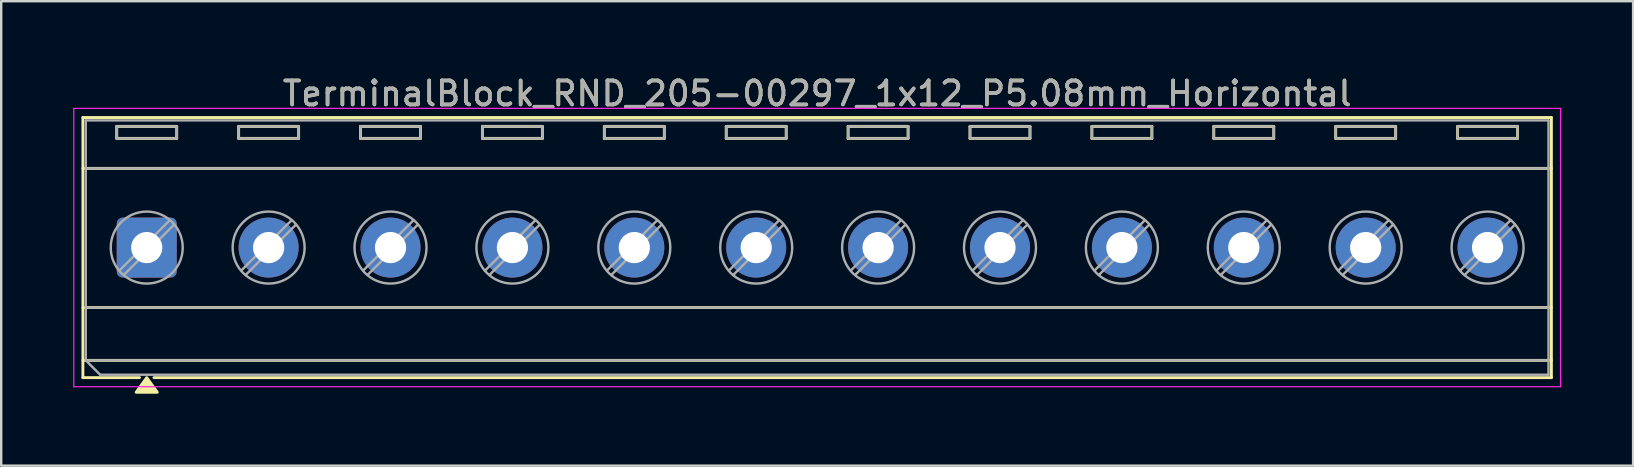
<source format=kicad_pcb>
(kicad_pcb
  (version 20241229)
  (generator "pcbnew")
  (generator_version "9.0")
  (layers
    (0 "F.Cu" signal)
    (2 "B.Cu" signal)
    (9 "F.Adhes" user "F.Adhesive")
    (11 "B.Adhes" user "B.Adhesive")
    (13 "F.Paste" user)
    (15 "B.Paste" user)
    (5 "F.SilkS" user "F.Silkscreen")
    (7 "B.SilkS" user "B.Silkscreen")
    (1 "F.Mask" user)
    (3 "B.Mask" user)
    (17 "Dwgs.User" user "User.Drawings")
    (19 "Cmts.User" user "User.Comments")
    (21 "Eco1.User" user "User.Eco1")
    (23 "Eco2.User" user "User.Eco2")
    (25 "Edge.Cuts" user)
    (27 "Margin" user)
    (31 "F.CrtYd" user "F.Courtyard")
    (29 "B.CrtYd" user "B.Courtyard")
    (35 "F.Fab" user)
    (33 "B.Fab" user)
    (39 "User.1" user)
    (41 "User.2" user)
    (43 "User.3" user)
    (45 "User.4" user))
  (footprint "TerminalBlock_RND_205-00297_1x12_P5.08mm_Horizontal"
    (layer "F.Cu")
    (at 3.065 7.268)
    (property "Reference" "TerminalBlock_RND_205-00297_1x12_P5.08mm_Horizontal" (at 27.94 -6.42 0) (layer "F.SilkS") (effects (font (size 1 1) (thickness 0.15))))
    (attr through_hole)
    (fp_line (start -2.66 -5.42) (end -2.66 5.42) (stroke (width 0.12) (type solid)) (layer "F.SilkS"))
    (fp_line (start -2.66 -5.42) (end 58.54 -5.42) (stroke (width 0.12) (type solid)) (layer "F.SilkS"))
    (fp_line (start -2.66 -3.3) (end 58.54 -3.3) (stroke (width 0.12) (type solid)) (layer "F.SilkS"))
    (fp_line (start -2.66 2.5) (end 58.54 2.5) (stroke (width 0.12) (type solid)) (layer "F.SilkS"))
    (fp_line (start -2.66 4.7) (end 58.54 4.7) (stroke (width 0.12) (type solid)) (layer "F.SilkS"))
    (fp_line (start -2.66 5.42) (end -0.3 5.42) (stroke (width 0.12) (type solid)) (layer "F.SilkS"))
    (fp_line (start -1.25 -5.05) (end -1.25 -4.55) (stroke (width 0.12) (type solid)) (layer "F.SilkS"))
    (fp_line (start -1.25 -5.05) (end 1.25 -5.05) (stroke (width 0.12) (type solid)) (layer "F.SilkS"))
    (fp_line (start -1.25 -4.55) (end 1.25 -4.55) (stroke (width 0.12) (type solid)) (layer "F.SilkS"))
    (fp_line (start 0.3 5.42) (end 58.54 5.42) (stroke (width 0.12) (type solid)) (layer "F.SilkS"))
    (fp_line (start 1.25 -5.05) (end 1.25 -4.55) (stroke (width 0.12) (type solid)) (layer "F.SilkS"))
    (fp_line (start 3.83 -5.05) (end 3.83 -4.55) (stroke (width 0.12) (type solid)) (layer "F.SilkS"))
    (fp_line (start 3.83 -5.05) (end 6.33 -5.05) (stroke (width 0.12) (type solid)) (layer "F.SilkS"))
    (fp_line (start 3.83 -4.55) (end 6.33 -4.55) (stroke (width 0.12) (type solid)) (layer "F.SilkS"))
    (fp_line (start 6.33 -5.05) (end 6.33 -4.55) (stroke (width 0.12) (type solid)) (layer "F.SilkS"))
    (fp_line (start 8.91 -5.05) (end 8.91 -4.55) (stroke (width 0.12) (type solid)) (layer "F.SilkS"))
    (fp_line (start 8.91 -5.05) (end 11.41 -5.05) (stroke (width 0.12) (type solid)) (layer "F.SilkS"))
    (fp_line (start 8.91 -4.55) (end 11.41 -4.55) (stroke (width 0.12) (type solid)) (layer "F.SilkS"))
    (fp_line (start 11.41 -5.05) (end 11.41 -4.55) (stroke (width 0.12) (type solid)) (layer "F.SilkS"))
    (fp_line (start 13.99 -5.05) (end 13.99 -4.55) (stroke (width 0.12) (type solid)) (layer "F.SilkS"))
    (fp_line (start 13.99 -5.05) (end 16.49 -5.05) (stroke (width 0.12) (type solid)) (layer "F.SilkS"))
    (fp_line (start 13.99 -4.55) (end 16.49 -4.55) (stroke (width 0.12) (type solid)) (layer "F.SilkS"))
    (fp_line (start 16.49 -5.05) (end 16.49 -4.55) (stroke (width 0.12) (type solid)) (layer "F.SilkS"))
    (fp_line (start 19.07 -5.05) (end 19.07 -4.55) (stroke (width 0.12) (type solid)) (layer "F.SilkS"))
    (fp_line (start 19.07 -5.05) (end 21.57 -5.05) (stroke (width 0.12) (type solid)) (layer "F.SilkS"))
    (fp_line (start 19.07 -4.55) (end 21.57 -4.55) (stroke (width 0.12) (type solid)) (layer "F.SilkS"))
    (fp_line (start 21.57 -5.05) (end 21.57 -4.55) (stroke (width 0.12) (type solid)) (layer "F.SilkS"))
    (fp_line (start 24.15 -5.05) (end 24.15 -4.55) (stroke (width 0.12) (type solid)) (layer "F.SilkS"))
    (fp_line (start 24.15 -5.05) (end 26.65 -5.05) (stroke (width 0.12) (type solid)) (layer "F.SilkS"))
    (fp_line (start 24.15 -4.55) (end 26.65 -4.55) (stroke (width 0.12) (type solid)) (layer "F.SilkS"))
    (fp_line (start 26.65 -5.05) (end 26.65 -4.55) (stroke (width 0.12) (type solid)) (layer "F.SilkS"))
    (fp_line (start 29.23 -5.05) (end 29.23 -4.55) (stroke (width 0.12) (type solid)) (layer "F.SilkS"))
    (fp_line (start 29.23 -5.05) (end 31.73 -5.05) (stroke (width 0.12) (type solid)) (layer "F.SilkS"))
    (fp_line (start 29.23 -4.55) (end 31.73 -4.55) (stroke (width 0.12) (type solid)) (layer "F.SilkS"))
    (fp_line (start 31.73 -5.05) (end 31.73 -4.55) (stroke (width 0.12) (type solid)) (layer "F.SilkS"))
    (fp_line (start 34.31 -5.05) (end 34.31 -4.55) (stroke (width 0.12) (type solid)) (layer "F.SilkS"))
    (fp_line (start 34.31 -5.05) (end 36.81 -5.05) (stroke (width 0.12) (type solid)) (layer "F.SilkS"))
    (fp_line (start 34.31 -4.55) (end 36.81 -4.55) (stroke (width 0.12) (type solid)) (layer "F.SilkS"))
    (fp_line (start 36.81 -5.05) (end 36.81 -4.55) (stroke (width 0.12) (type solid)) (layer "F.SilkS"))
    (fp_line (start 39.39 -5.05) (end 39.39 -4.55) (stroke (width 0.12) (type solid)) (layer "F.SilkS"))
    (fp_line (start 39.39 -5.05) (end 41.89 -5.05) (stroke (width 0.12) (type solid)) (layer "F.SilkS"))
    (fp_line (start 39.39 -4.55) (end 41.89 -4.55) (stroke (width 0.12) (type solid)) (layer "F.SilkS"))
    (fp_line (start 41.89 -5.05) (end 41.89 -4.55) (stroke (width 0.12) (type solid)) (layer "F.SilkS"))
    (fp_line (start 44.47 -5.05) (end 44.47 -4.55) (stroke (width 0.12) (type solid)) (layer "F.SilkS"))
    (fp_line (start 44.47 -5.05) (end 46.97 -5.05) (stroke (width 0.12) (type solid)) (layer "F.SilkS"))
    (fp_line (start 44.47 -4.55) (end 46.97 -4.55) (stroke (width 0.12) (type solid)) (layer "F.SilkS"))
    (fp_line (start 46.97 -5.05) (end 46.97 -4.55) (stroke (width 0.12) (type solid)) (layer "F.SilkS"))
    (fp_line (start 49.55 -5.05) (end 49.55 -4.55) (stroke (width 0.12) (type solid)) (layer "F.SilkS"))
    (fp_line (start 49.55 -5.05) (end 52.05 -5.05) (stroke (width 0.12) (type solid)) (layer "F.SilkS"))
    (fp_line (start 49.55 -4.55) (end 52.05 -4.55) (stroke (width 0.12) (type solid)) (layer "F.SilkS"))
    (fp_line (start 52.05 -5.05) (end 52.05 -4.55) (stroke (width 0.12) (type solid)) (layer "F.SilkS"))
    (fp_line (start 54.63 -5.05) (end 54.63 -4.55) (stroke (width 0.12) (type solid)) (layer "F.SilkS"))
    (fp_line (start 54.63 -5.05) (end 57.13 -5.05) (stroke (width 0.12) (type solid)) (layer "F.SilkS"))
    (fp_line (start 54.63 -4.55) (end 57.13 -4.55) (stroke (width 0.12) (type solid)) (layer "F.SilkS"))
    (fp_line (start 57.13 -5.05) (end 57.13 -4.55) (stroke (width 0.12) (type solid)) (layer "F.SilkS"))
    (fp_line (start 58.54 -5.42) (end 58.54 5.42) (stroke (width 0.12) (type solid)) (layer "F.SilkS"))
    (fp_poly (pts (xy 0 5.42) (xy 0.44 6.03) (xy -0.44 6.03)) (stroke (width 0.12) (type solid)) (fill yes) (layer "F.SilkS"))
    (fp_line (start -3.04 -5.8) (end -3.04 5.8) (stroke (width 0.05) (type solid)) (layer "F.CrtYd"))
    (fp_line (start -3.04 5.8) (end 58.92 5.8) (stroke (width 0.05) (type solid)) (layer "F.CrtYd"))
    (fp_line (start 58.92 -5.8) (end -3.04 -5.8) (stroke (width 0.05) (type solid)) (layer "F.CrtYd"))
    (fp_line (start 58.92 5.8) (end 58.92 -5.8) (stroke (width 0.05) (type solid)) (layer "F.CrtYd"))
    (fp_line (start -2.54 -5.3) (end 58.42 -5.3) (stroke (width 0.1) (type solid)) (layer "F.Fab"))
    (fp_line (start -2.54 -3.3) (end 58.42 -3.3) (stroke (width 0.1) (type solid)) (layer "F.Fab"))
    (fp_line (start -2.54 2.5) (end 58.42 2.5) (stroke (width 0.1) (type solid)) (layer "F.Fab"))
    (fp_line (start -2.54 4.7) (end -2.54 -5.3) (stroke (width 0.1) (type solid)) (layer "F.Fab"))
    (fp_line (start -2.54 4.7) (end 58.42 4.7) (stroke (width 0.1) (type solid)) (layer "F.Fab"))
    (fp_line (start -1.94 5.3) (end -2.54 4.7) (stroke (width 0.1) (type solid)) (layer "F.Fab"))
    (fp_line (start -1.25 -5.05) (end -1.25 -4.55) (stroke (width 0.1) (type solid)) (layer "F.Fab"))
    (fp_line (start -1.25 -4.55) (end 1.25 -4.55) (stroke (width 0.1) (type solid)) (layer "F.Fab"))
    (fp_line (start 0.955 -1.138) (end -1.138 0.955) (stroke (width 0.1) (type solid)) (layer "F.Fab"))
    (fp_line (start 1.138 -0.955) (end -0.955 1.138) (stroke (width 0.1) (type solid)) (layer "F.Fab"))
    (fp_line (start 1.25 -5.05) (end -1.25 -5.05) (stroke (width 0.1) (type solid)) (layer "F.Fab"))
    (fp_line (start 1.25 -4.55) (end 1.25 -5.05) (stroke (width 0.1) (type solid)) (layer "F.Fab"))
    (fp_line (start 3.83 -5.05) (end 3.83 -4.55) (stroke (width 0.1) (type solid)) (layer "F.Fab"))
    (fp_line (start 3.83 -4.55) (end 6.33 -4.55) (stroke (width 0.1) (type solid)) (layer "F.Fab"))
    (fp_line (start 6.035 -1.138) (end 3.942 0.955) (stroke (width 0.1) (type solid)) (layer "F.Fab"))
    (fp_line (start 6.218 -0.955) (end 4.125 1.138) (stroke (width 0.1) (type solid)) (layer "F.Fab"))
    (fp_line (start 6.33 -5.05) (end 3.83 -5.05) (stroke (width 0.1) (type solid)) (layer "F.Fab"))
    (fp_line (start 6.33 -4.55) (end 6.33 -5.05) (stroke (width 0.1) (type solid)) (layer "F.Fab"))
    (fp_line (start 8.91 -5.05) (end 8.91 -4.55) (stroke (width 0.1) (type solid)) (layer "F.Fab"))
    (fp_line (start 8.91 -4.55) (end 11.41 -4.55) (stroke (width 0.1) (type solid)) (layer "F.Fab"))
    (fp_line (start 11.115 -1.138) (end 9.022 0.955) (stroke (width 0.1) (type solid)) (layer "F.Fab"))
    (fp_line (start 11.298 -0.955) (end 9.205 1.138) (stroke (width 0.1) (type solid)) (layer "F.Fab"))
    (fp_line (start 11.41 -5.05) (end 8.91 -5.05) (stroke (width 0.1) (type solid)) (layer "F.Fab"))
    (fp_line (start 11.41 -4.55) (end 11.41 -5.05) (stroke (width 0.1) (type solid)) (layer "F.Fab"))
    (fp_line (start 13.99 -5.05) (end 13.99 -4.55) (stroke (width 0.1) (type solid)) (layer "F.Fab"))
    (fp_line (start 13.99 -4.55) (end 16.49 -4.55) (stroke (width 0.1) (type solid)) (layer "F.Fab"))
    (fp_line (start 16.195 -1.138) (end 14.102 0.955) (stroke (width 0.1) (type solid)) (layer "F.Fab"))
    (fp_line (start 16.378 -0.955) (end 14.285 1.138) (stroke (width 0.1) (type solid)) (layer "F.Fab"))
    (fp_line (start 16.49 -5.05) (end 13.99 -5.05) (stroke (width 0.1) (type solid)) (layer "F.Fab"))
    (fp_line (start 16.49 -4.55) (end 16.49 -5.05) (stroke (width 0.1) (type solid)) (layer "F.Fab"))
    (fp_line (start 19.07 -5.05) (end 19.07 -4.55) (stroke (width 0.1) (type solid)) (layer "F.Fab"))
    (fp_line (start 19.07 -4.55) (end 21.57 -4.55) (stroke (width 0.1) (type solid)) (layer "F.Fab"))
    (fp_line (start 21.275 -1.138) (end 19.182 0.955) (stroke (width 0.1) (type solid)) (layer "F.Fab"))
    (fp_line (start 21.458 -0.955) (end 19.365 1.138) (stroke (width 0.1) (type solid)) (layer "F.Fab"))
    (fp_line (start 21.57 -5.05) (end 19.07 -5.05) (stroke (width 0.1) (type solid)) (layer "F.Fab"))
    (fp_line (start 21.57 -4.55) (end 21.57 -5.05) (stroke (width 0.1) (type solid)) (layer "F.Fab"))
    (fp_line (start 24.15 -5.05) (end 24.15 -4.55) (stroke (width 0.1) (type solid)) (layer "F.Fab"))
    (fp_line (start 24.15 -4.55) (end 26.65 -4.55) (stroke (width 0.1) (type solid)) (layer "F.Fab"))
    (fp_line (start 26.355 -1.138) (end 24.262 0.955) (stroke (width 0.1) (type solid)) (layer "F.Fab"))
    (fp_line (start 26.538 -0.955) (end 24.445 1.138) (stroke (width 0.1) (type solid)) (layer "F.Fab"))
    (fp_line (start 26.65 -5.05) (end 24.15 -5.05) (stroke (width 0.1) (type solid)) (layer "F.Fab"))
    (fp_line (start 26.65 -4.55) (end 26.65 -5.05) (stroke (width 0.1) (type solid)) (layer "F.Fab"))
    (fp_line (start 29.23 -5.05) (end 29.23 -4.55) (stroke (width 0.1) (type solid)) (layer "F.Fab"))
    (fp_line (start 29.23 -4.55) (end 31.73 -4.55) (stroke (width 0.1) (type solid)) (layer "F.Fab"))
    (fp_line (start 31.435 -1.138) (end 29.342 0.955) (stroke (width 0.1) (type solid)) (layer "F.Fab"))
    (fp_line (start 31.618 -0.955) (end 29.525 1.138) (stroke (width 0.1) (type solid)) (layer "F.Fab"))
    (fp_line (start 31.73 -5.05) (end 29.23 -5.05) (stroke (width 0.1) (type solid)) (layer "F.Fab"))
    (fp_line (start 31.73 -4.55) (end 31.73 -5.05) (stroke (width 0.1) (type solid)) (layer "F.Fab"))
    (fp_line (start 34.31 -5.05) (end 34.31 -4.55) (stroke (width 0.1) (type solid)) (layer "F.Fab"))
    (fp_line (start 34.31 -4.55) (end 36.81 -4.55) (stroke (width 0.1) (type solid)) (layer "F.Fab"))
    (fp_line (start 36.515 -1.138) (end 34.422 0.955) (stroke (width 0.1) (type solid)) (layer "F.Fab"))
    (fp_line (start 36.698 -0.955) (end 34.605 1.138) (stroke (width 0.1) (type solid)) (layer "F.Fab"))
    (fp_line (start 36.81 -5.05) (end 34.31 -5.05) (stroke (width 0.1) (type solid)) (layer "F.Fab"))
    (fp_line (start 36.81 -4.55) (end 36.81 -5.05) (stroke (width 0.1) (type solid)) (layer "F.Fab"))
    (fp_line (start 39.39 -5.05) (end 39.39 -4.55) (stroke (width 0.1) (type solid)) (layer "F.Fab"))
    (fp_line (start 39.39 -4.55) (end 41.89 -4.55) (stroke (width 0.1) (type solid)) (layer "F.Fab"))
    (fp_line (start 41.595 -1.138) (end 39.502 0.955) (stroke (width 0.1) (type solid)) (layer "F.Fab"))
    (fp_line (start 41.778 -0.955) (end 39.685 1.138) (stroke (width 0.1) (type solid)) (layer "F.Fab"))
    (fp_line (start 41.89 -5.05) (end 39.39 -5.05) (stroke (width 0.1) (type solid)) (layer "F.Fab"))
    (fp_line (start 41.89 -4.55) (end 41.89 -5.05) (stroke (width 0.1) (type solid)) (layer "F.Fab"))
    (fp_line (start 44.47 -5.05) (end 44.47 -4.55) (stroke (width 0.1) (type solid)) (layer "F.Fab"))
    (fp_line (start 44.47 -4.55) (end 46.97 -4.55) (stroke (width 0.1) (type solid)) (layer "F.Fab"))
    (fp_line (start 46.675 -1.138) (end 44.582 0.955) (stroke (width 0.1) (type solid)) (layer "F.Fab"))
    (fp_line (start 46.858 -0.955) (end 44.765 1.138) (stroke (width 0.1) (type solid)) (layer "F.Fab"))
    (fp_line (start 46.97 -5.05) (end 44.47 -5.05) (stroke (width 0.1) (type solid)) (layer "F.Fab"))
    (fp_line (start 46.97 -4.55) (end 46.97 -5.05) (stroke (width 0.1) (type solid)) (layer "F.Fab"))
    (fp_line (start 49.55 -5.05) (end 49.55 -4.55) (stroke (width 0.1) (type solid)) (layer "F.Fab"))
    (fp_line (start 49.55 -4.55) (end 52.05 -4.55) (stroke (width 0.1) (type solid)) (layer "F.Fab"))
    (fp_line (start 51.755 -1.138) (end 49.662 0.955) (stroke (width 0.1) (type solid)) (layer "F.Fab"))
    (fp_line (start 51.938 -0.955) (end 49.845 1.138) (stroke (width 0.1) (type solid)) (layer "F.Fab"))
    (fp_line (start 52.05 -5.05) (end 49.55 -5.05) (stroke (width 0.1) (type solid)) (layer "F.Fab"))
    (fp_line (start 52.05 -4.55) (end 52.05 -5.05) (stroke (width 0.1) (type solid)) (layer "F.Fab"))
    (fp_line (start 54.63 -5.05) (end 54.63 -4.55) (stroke (width 0.1) (type solid)) (layer "F.Fab"))
    (fp_line (start 54.63 -4.55) (end 57.13 -4.55) (stroke (width 0.1) (type solid)) (layer "F.Fab"))
    (fp_line (start 56.835 -1.138) (end 54.742 0.955) (stroke (width 0.1) (type solid)) (layer "F.Fab"))
    (fp_line (start 57.018 -0.955) (end 54.925 1.138) (stroke (width 0.1) (type solid)) (layer "F.Fab"))
    (fp_line (start 57.13 -5.05) (end 54.63 -5.05) (stroke (width 0.1) (type solid)) (layer "F.Fab"))
    (fp_line (start 57.13 -4.55) (end 57.13 -5.05) (stroke (width 0.1) (type solid)) (layer "F.Fab"))
    (fp_line (start 58.42 -5.3) (end 58.42 5.3) (stroke (width 0.1) (type solid)) (layer "F.Fab"))
    (fp_line (start 58.42 5.3) (end -1.94 5.3) (stroke (width 0.1) (type solid)) (layer "F.Fab"))
    (fp_circle (center 0 0) (end 1.5 0) (stroke (width 0.1) (type solid)) (fill no) (layer "F.Fab"))
    (fp_circle (center 5.08 0) (end 6.58 0) (stroke (width 0.1) (type solid)) (fill no) (layer "F.Fab"))
    (fp_circle (center 10.16 0) (end 11.66 0) (stroke (width 0.1) (type solid)) (fill no) (layer "F.Fab"))
    (fp_circle (center 15.24 0) (end 16.74 0) (stroke (width 0.1) (type solid)) (fill no) (layer "F.Fab"))
    (fp_circle (center 20.32 0) (end 21.82 0) (stroke (width 0.1) (type solid)) (fill no) (layer "F.Fab"))
    (fp_circle (center 25.4 0) (end 26.9 0) (stroke (width 0.1) (type solid)) (fill no) (layer "F.Fab"))
    (fp_circle (center 30.48 0) (end 31.98 0) (stroke (width 0.1) (type solid)) (fill no) (layer "F.Fab"))
    (fp_circle (center 35.56 0) (end 37.06 0) (stroke (width 0.1) (type solid)) (fill no) (layer "F.Fab"))
    (fp_circle (center 40.64 0) (end 42.14 0) (stroke (width 0.1) (type solid)) (fill no) (layer "F.Fab"))
    (fp_circle (center 45.72 0) (end 47.22 0) (stroke (width 0.1) (type solid)) (fill no) (layer "F.Fab"))
    (fp_circle (center 50.8 0) (end 52.3 0) (stroke (width 0.1) (type solid)) (fill no) (layer "F.Fab"))
    (fp_circle (center 55.88 0) (end 57.38 0) (stroke (width 0.1) (type solid)) (fill no) (layer "F.Fab"))
    (fp_text user "${REFERENCE}" (at 27.94 -6.42 0) (layer "F.Fab") (effects (font (size 1 1) (thickness 0.15))))
    (pad "1" thru_hole roundrect (at 0 0) (size 2.5 2.5) (drill 1.3) (layers "*.Cu" "*.Mask") (roundrect_rratio 0.1))
    (pad "2" thru_hole circle (at 5.08 0) (size 2.5 2.5) (drill 1.3) (layers "*.Cu" "*.Mask"))
    (pad "3" thru_hole circle (at 10.16 0) (size 2.5 2.5) (drill 1.3) (layers "*.Cu" "*.Mask"))
    (pad "4" thru_hole circle (at 15.24 0) (size 2.5 2.5) (drill 1.3) (layers "*.Cu" "*.Mask"))
    (pad "5" thru_hole circle (at 20.32 0) (size 2.5 2.5) (drill 1.3) (layers "*.Cu" "*.Mask"))
    (pad "6" thru_hole circle (at 25.4 0) (size 2.5 2.5) (drill 1.3) (layers "*.Cu" "*.Mask"))
    (pad "7" thru_hole circle (at 30.48 0) (size 2.5 2.5) (drill 1.3) (layers "*.Cu" "*.Mask"))
    (pad "8" thru_hole circle (at 35.56 0) (size 2.5 2.5) (drill 1.3) (layers "*.Cu" "*.Mask"))
    (pad "9" thru_hole circle (at 40.64 0) (size 2.5 2.5) (drill 1.3) (layers "*.Cu" "*.Mask"))
    (pad "10" thru_hole circle (at 45.72 0) (size 2.5 2.5) (drill 1.3) (layers "*.Cu" "*.Mask"))
    (pad "11" thru_hole circle (at 50.8 0) (size 2.5 2.5) (drill 1.3) (layers "*.Cu" "*.Mask"))
    (pad "12" thru_hole circle (at 55.88 0) (size 2.5 2.5) (drill 1.3) (layers "*.Cu" "*.Mask")))
  (gr_rect
    (start -3 -3)
    (end 65.01 16.358)
    (stroke (width 0.1) (type default))
    (fill no)
    (layer "Edge.Cuts")))
</source>
